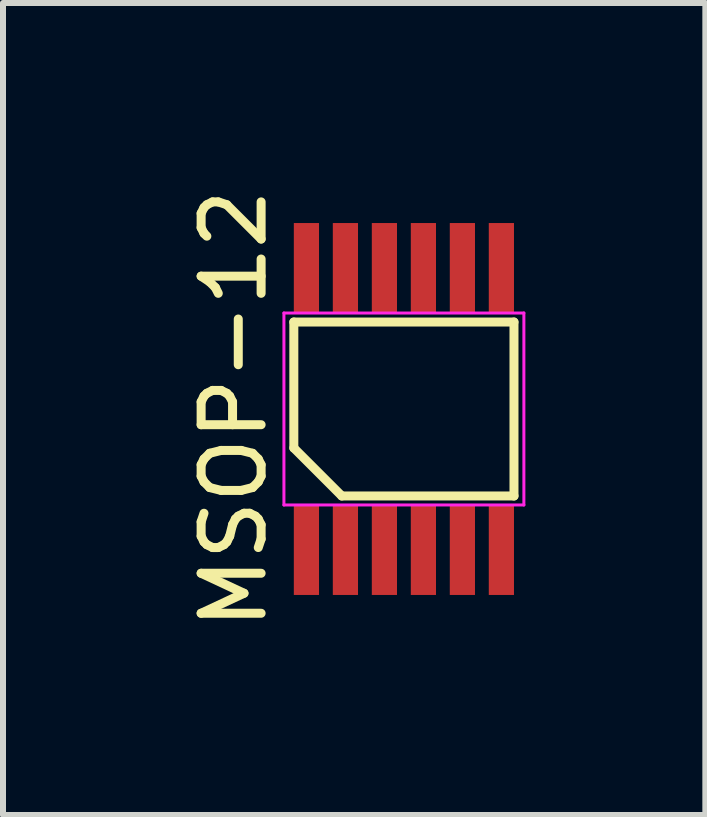
<source format=kicad_pcb>
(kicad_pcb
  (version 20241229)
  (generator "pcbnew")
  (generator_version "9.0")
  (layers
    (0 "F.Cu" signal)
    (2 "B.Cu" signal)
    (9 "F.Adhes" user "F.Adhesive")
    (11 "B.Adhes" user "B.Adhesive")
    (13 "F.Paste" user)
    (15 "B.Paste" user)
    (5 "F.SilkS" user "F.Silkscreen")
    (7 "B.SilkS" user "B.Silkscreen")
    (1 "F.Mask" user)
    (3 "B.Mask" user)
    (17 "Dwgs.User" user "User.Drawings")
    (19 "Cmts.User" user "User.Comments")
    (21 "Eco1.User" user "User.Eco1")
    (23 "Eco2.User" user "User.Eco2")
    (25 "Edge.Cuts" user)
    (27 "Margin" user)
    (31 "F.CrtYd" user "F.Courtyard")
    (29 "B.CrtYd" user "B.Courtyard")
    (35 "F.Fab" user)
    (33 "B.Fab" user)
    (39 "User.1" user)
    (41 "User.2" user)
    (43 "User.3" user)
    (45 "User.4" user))
  (footprint "MSOP-12"
    (layer "F.Cu")
    (at 3.683 3.768)
    (property "Reference" "MSOP-12" (at -2.835 0 90) (layer "F.SilkS") (effects (font (size 1 1) (thickness 0.15))))
    (attr smd)
    (fp_line (start -1.835 -1.45) (end 1.835 -1.45) (stroke (width 0.15) (type solid)) (layer "F.SilkS"))
    (fp_line (start -1.835 0.65) (end -1.835 -1.45) (stroke (width 0.15) (type solid)) (layer "F.SilkS"))
    (fp_line (start -1.035 1.45) (end -1.835 0.65) (stroke (width 0.15) (type solid)) (layer "F.SilkS"))
    (fp_line (start 1.835 -1.45) (end 1.835 1.45) (stroke (width 0.15) (type solid)) (layer "F.SilkS"))
    (fp_line (start 1.835 1.45) (end -1.035 1.45) (stroke (width 0.15) (type solid)) (layer "F.SilkS"))
    (fp_line (start -2 -1.6) (end 2 -1.6) (stroke (width 0.05) (type solid)) (layer "F.CrtYd"))
    (fp_line (start -2 1.6) (end -2 -1.6) (stroke (width 0.05) (type solid)) (layer "F.CrtYd"))
    (fp_line (start 2 -1.6) (end 2 1.6) (stroke (width 0.05) (type solid)) (layer "F.CrtYd"))
    (fp_line (start 2 1.6) (end -2 1.6) (stroke (width 0.05) (type solid)) (layer "F.CrtYd"))
    (pad "1" smd rect (at -1.625 2.35) (size 0.42 1.5) (layers "F.Cu" "F.Mask" "F.Paste"))
    (pad "2" smd rect (at -0.975 2.35) (size 0.42 1.5) (layers "F.Cu" "F.Mask" "F.Paste"))
    (pad "3" smd rect (at -0.325 2.35) (size 0.42 1.5) (layers "F.Cu" "F.Mask" "F.Paste"))
    (pad "4" smd rect (at 0.325 2.35) (size 0.42 1.5) (layers "F.Cu" "F.Mask" "F.Paste"))
    (pad "5" smd rect (at 0.975 2.35) (size 0.42 1.5) (layers "F.Cu" "F.Mask" "F.Paste"))
    (pad "6" smd rect (at 1.625 2.35) (size 0.42 1.5) (layers "F.Cu" "F.Mask" "F.Paste"))
    (pad "7" smd rect (at 1.625 -2.35) (size 0.42 1.5) (layers "F.Cu" "F.Mask" "F.Paste"))
    (pad "8" smd rect (at 0.975 -2.35) (size 0.42 1.5) (layers "F.Cu" "F.Mask" "F.Paste"))
    (pad "9" smd rect (at 0.325 -2.35) (size 0.42 1.5) (layers "F.Cu" "F.Mask" "F.Paste"))
    (pad "10" smd rect (at -0.325 -2.35) (size 0.42 1.5) (layers "F.Cu" "F.Mask" "F.Paste"))
    (pad "11" smd rect (at -0.975 -2.35) (size 0.42 1.5) (layers "F.Cu" "F.Mask" "F.Paste"))
    (pad "12" smd rect (at -1.625 -2.35) (size 0.42 1.5) (layers "F.Cu" "F.Mask" "F.Paste")))
  (gr_rect
    (start -3 -3)
    (end 8.708 10.536)
    (stroke (width 0.1) (type default))
    (fill no)
    (layer "Edge.Cuts")))
</source>
